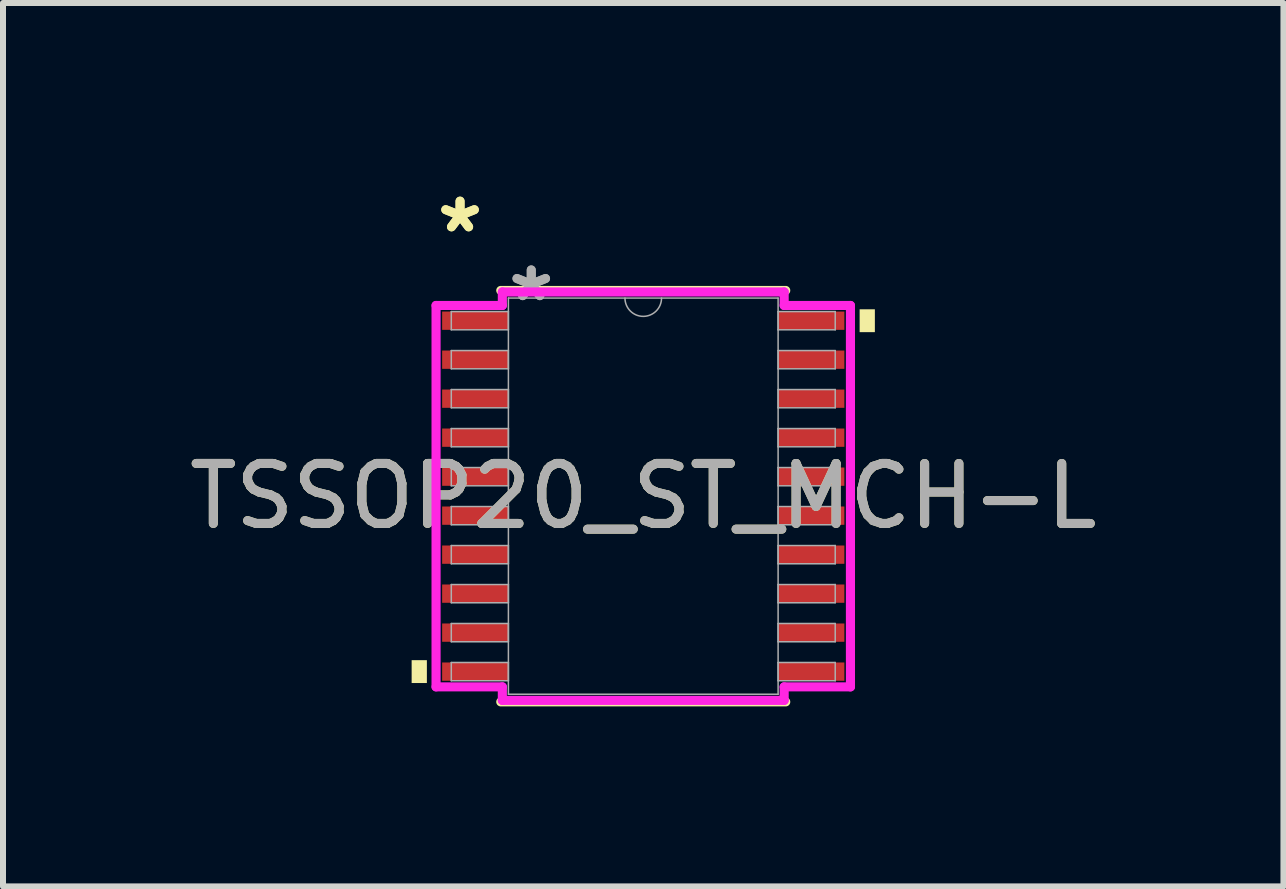
<source format=kicad_pcb>
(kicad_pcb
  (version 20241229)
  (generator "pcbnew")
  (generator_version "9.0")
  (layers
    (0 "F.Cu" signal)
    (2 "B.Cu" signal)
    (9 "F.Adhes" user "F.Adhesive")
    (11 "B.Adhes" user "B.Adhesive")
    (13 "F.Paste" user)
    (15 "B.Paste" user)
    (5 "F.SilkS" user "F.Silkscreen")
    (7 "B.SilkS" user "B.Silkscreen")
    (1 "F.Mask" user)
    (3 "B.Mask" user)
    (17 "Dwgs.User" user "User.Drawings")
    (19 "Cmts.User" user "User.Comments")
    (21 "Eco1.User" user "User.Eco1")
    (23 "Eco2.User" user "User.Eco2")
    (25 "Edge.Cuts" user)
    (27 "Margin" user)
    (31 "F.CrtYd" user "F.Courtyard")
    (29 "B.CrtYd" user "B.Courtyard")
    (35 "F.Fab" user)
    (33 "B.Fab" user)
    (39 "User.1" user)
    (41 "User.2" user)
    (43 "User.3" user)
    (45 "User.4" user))
  (footprint "TSSOP20_ST_MCH-L"
    (layer "F.Cu")
    (at 7.673 5.221)
    (property "Reference" "TSSOP20_ST_MCH-L" (at 0 0 0) (unlocked yes) (layer "F.SilkS") (effects (font (size 1 1) (thickness 0.15))))
    (attr smd)
    (fp_line (start -2.375 3.429) (end 2.375 3.429) (stroke (width 0.152) (type solid)) (layer "F.SilkS"))
    (fp_line (start 2.375 -3.429) (end -2.375 -3.429) (stroke (width 0.152) (type solid)) (layer "F.SilkS"))
    (fp_poly (pts (xy -3.861 2.734) (xy -3.861 3.115) (xy -3.607 3.115) (xy -3.607 2.734)) (stroke (width 0) (type solid)) (fill yes) (layer "F.SilkS"))
    (fp_poly (pts (xy 3.861 -3.115) (xy 3.861 -2.734) (xy 3.607 -2.734) (xy 3.607 -3.115)) (stroke (width 0) (type solid)) (fill yes) (layer "F.SilkS"))
    (fp_line (start -3.454 -3.179) (end -2.349 -3.179) (stroke (width 0.152) (type solid)) (layer "F.CrtYd"))
    (fp_line (start -3.454 3.179) (end -3.454 -3.179) (stroke (width 0.152) (type solid)) (layer "F.CrtYd"))
    (fp_line (start -3.454 3.179) (end -2.349 3.179) (stroke (width 0.152) (type solid)) (layer "F.CrtYd"))
    (fp_line (start -2.349 -3.404) (end 2.349 -3.404) (stroke (width 0.152) (type solid)) (layer "F.CrtYd"))
    (fp_line (start -2.349 -3.179) (end -2.349 -3.404) (stroke (width 0.152) (type solid)) (layer "F.CrtYd"))
    (fp_line (start -2.349 3.404) (end -2.349 3.179) (stroke (width 0.152) (type solid)) (layer "F.CrtYd"))
    (fp_line (start 2.349 -3.404) (end 2.349 -3.179) (stroke (width 0.152) (type solid)) (layer "F.CrtYd"))
    (fp_line (start 2.349 3.179) (end 2.349 3.404) (stroke (width 0.152) (type solid)) (layer "F.CrtYd"))
    (fp_line (start 2.349 3.404) (end -2.349 3.404) (stroke (width 0.152) (type solid)) (layer "F.CrtYd"))
    (fp_line (start 3.454 -3.179) (end 2.349 -3.179) (stroke (width 0.152) (type solid)) (layer "F.CrtYd"))
    (fp_line (start 3.454 -3.179) (end 3.454 3.179) (stroke (width 0.152) (type solid)) (layer "F.CrtYd"))
    (fp_line (start 3.454 3.179) (end 2.349 3.179) (stroke (width 0.152) (type solid)) (layer "F.CrtYd"))
    (fp_line (start -3.2 -3.077) (end -3.2 -2.773) (stroke (width 0.025) (type solid)) (layer "F.Fab"))
    (fp_line (start -3.2 -2.773) (end -2.248 -2.773) (stroke (width 0.025) (type solid)) (layer "F.Fab"))
    (fp_line (start -3.2 -2.427) (end -3.2 -2.123) (stroke (width 0.025) (type solid)) (layer "F.Fab"))
    (fp_line (start -3.2 -2.123) (end -2.248 -2.123) (stroke (width 0.025) (type solid)) (layer "F.Fab"))
    (fp_line (start -3.2 -1.777) (end -3.2 -1.473) (stroke (width 0.025) (type solid)) (layer "F.Fab"))
    (fp_line (start -3.2 -1.473) (end -2.248 -1.473) (stroke (width 0.025) (type solid)) (layer "F.Fab"))
    (fp_line (start -3.2 -1.127) (end -3.2 -0.823) (stroke (width 0.025) (type solid)) (layer "F.Fab"))
    (fp_line (start -3.2 -0.823) (end -2.248 -0.823) (stroke (width 0.025) (type solid)) (layer "F.Fab"))
    (fp_line (start -3.2 -0.477) (end -3.2 -0.173) (stroke (width 0.025) (type solid)) (layer "F.Fab"))
    (fp_line (start -3.2 -0.173) (end -2.248 -0.173) (stroke (width 0.025) (type solid)) (layer "F.Fab"))
    (fp_line (start -3.2 0.173) (end -3.2 0.477) (stroke (width 0.025) (type solid)) (layer "F.Fab"))
    (fp_line (start -3.2 0.477) (end -2.248 0.477) (stroke (width 0.025) (type solid)) (layer "F.Fab"))
    (fp_line (start -3.2 0.823) (end -3.2 1.127) (stroke (width 0.025) (type solid)) (layer "F.Fab"))
    (fp_line (start -3.2 1.127) (end -2.248 1.127) (stroke (width 0.025) (type solid)) (layer "F.Fab"))
    (fp_line (start -3.2 1.473) (end -3.2 1.777) (stroke (width 0.025) (type solid)) (layer "F.Fab"))
    (fp_line (start -3.2 1.777) (end -2.248 1.777) (stroke (width 0.025) (type solid)) (layer "F.Fab"))
    (fp_line (start -3.2 2.123) (end -3.2 2.427) (stroke (width 0.025) (type solid)) (layer "F.Fab"))
    (fp_line (start -3.2 2.427) (end -2.248 2.427) (stroke (width 0.025) (type solid)) (layer "F.Fab"))
    (fp_line (start -3.2 2.773) (end -3.2 3.077) (stroke (width 0.025) (type solid)) (layer "F.Fab"))
    (fp_line (start -3.2 3.077) (end -2.248 3.077) (stroke (width 0.025) (type solid)) (layer "F.Fab"))
    (fp_line (start -2.248 -3.302) (end -2.248 3.302) (stroke (width 0.025) (type solid)) (layer "F.Fab"))
    (fp_line (start -2.248 -3.077) (end -3.2 -3.077) (stroke (width 0.025) (type solid)) (layer "F.Fab"))
    (fp_line (start -2.248 -2.773) (end -2.248 -3.077) (stroke (width 0.025) (type solid)) (layer "F.Fab"))
    (fp_line (start -2.248 -2.427) (end -3.2 -2.427) (stroke (width 0.025) (type solid)) (layer "F.Fab"))
    (fp_line (start -2.248 -2.123) (end -2.248 -2.427) (stroke (width 0.025) (type solid)) (layer "F.Fab"))
    (fp_line (start -2.248 -1.777) (end -3.2 -1.777) (stroke (width 0.025) (type solid)) (layer "F.Fab"))
    (fp_line (start -2.248 -1.473) (end -2.248 -1.777) (stroke (width 0.025) (type solid)) (layer "F.Fab"))
    (fp_line (start -2.248 -1.127) (end -3.2 -1.127) (stroke (width 0.025) (type solid)) (layer "F.Fab"))
    (fp_line (start -2.248 -0.823) (end -2.248 -1.127) (stroke (width 0.025) (type solid)) (layer "F.Fab"))
    (fp_line (start -2.248 -0.477) (end -3.2 -0.477) (stroke (width 0.025) (type solid)) (layer "F.Fab"))
    (fp_line (start -2.248 -0.173) (end -2.248 -0.477) (stroke (width 0.025) (type solid)) (layer "F.Fab"))
    (fp_line (start -2.248 0.173) (end -3.2 0.173) (stroke (width 0.025) (type solid)) (layer "F.Fab"))
    (fp_line (start -2.248 0.477) (end -2.248 0.173) (stroke (width 0.025) (type solid)) (layer "F.Fab"))
    (fp_line (start -2.248 0.823) (end -3.2 0.823) (stroke (width 0.025) (type solid)) (layer "F.Fab"))
    (fp_line (start -2.248 1.127) (end -2.248 0.823) (stroke (width 0.025) (type solid)) (layer "F.Fab"))
    (fp_line (start -2.248 1.473) (end -3.2 1.473) (stroke (width 0.025) (type solid)) (layer "F.Fab"))
    (fp_line (start -2.248 1.777) (end -2.248 1.473) (stroke (width 0.025) (type solid)) (layer "F.Fab"))
    (fp_line (start -2.248 2.123) (end -3.2 2.123) (stroke (width 0.025) (type solid)) (layer "F.Fab"))
    (fp_line (start -2.248 2.427) (end -2.248 2.123) (stroke (width 0.025) (type solid)) (layer "F.Fab"))
    (fp_line (start -2.248 2.773) (end -3.2 2.773) (stroke (width 0.025) (type solid)) (layer "F.Fab"))
    (fp_line (start -2.248 3.077) (end -2.248 2.773) (stroke (width 0.025) (type solid)) (layer "F.Fab"))
    (fp_line (start -2.248 3.302) (end 2.248 3.302) (stroke (width 0.025) (type solid)) (layer "F.Fab"))
    (fp_line (start 2.248 -3.302) (end -2.248 -3.302) (stroke (width 0.025) (type solid)) (layer "F.Fab"))
    (fp_line (start 2.248 -3.077) (end 2.248 -2.773) (stroke (width 0.025) (type solid)) (layer "F.Fab"))
    (fp_line (start 2.248 -2.773) (end 3.2 -2.773) (stroke (width 0.025) (type solid)) (layer "F.Fab"))
    (fp_line (start 2.248 -2.427) (end 2.248 -2.123) (stroke (width 0.025) (type solid)) (layer "F.Fab"))
    (fp_line (start 2.248 -2.123) (end 3.2 -2.123) (stroke (width 0.025) (type solid)) (layer "F.Fab"))
    (fp_line (start 2.248 -1.777) (end 2.248 -1.473) (stroke (width 0.025) (type solid)) (layer "F.Fab"))
    (fp_line (start 2.248 -1.473) (end 3.2 -1.473) (stroke (width 0.025) (type solid)) (layer "F.Fab"))
    (fp_line (start 2.248 -1.127) (end 2.248 -0.823) (stroke (width 0.025) (type solid)) (layer "F.Fab"))
    (fp_line (start 2.248 -0.823) (end 3.2 -0.823) (stroke (width 0.025) (type solid)) (layer "F.Fab"))
    (fp_line (start 2.248 -0.477) (end 2.248 -0.173) (stroke (width 0.025) (type solid)) (layer "F.Fab"))
    (fp_line (start 2.248 -0.173) (end 3.2 -0.173) (stroke (width 0.025) (type solid)) (layer "F.Fab"))
    (fp_line (start 2.248 0.173) (end 2.248 0.477) (stroke (width 0.025) (type solid)) (layer "F.Fab"))
    (fp_line (start 2.248 0.477) (end 3.2 0.477) (stroke (width 0.025) (type solid)) (layer "F.Fab"))
    (fp_line (start 2.248 0.823) (end 2.248 1.127) (stroke (width 0.025) (type solid)) (layer "F.Fab"))
    (fp_line (start 2.248 1.127) (end 3.2 1.127) (stroke (width 0.025) (type solid)) (layer "F.Fab"))
    (fp_line (start 2.248 1.473) (end 2.248 1.777) (stroke (width 0.025) (type solid)) (layer "F.Fab"))
    (fp_line (start 2.248 1.777) (end 3.2 1.777) (stroke (width 0.025) (type solid)) (layer "F.Fab"))
    (fp_line (start 2.248 2.123) (end 2.248 2.427) (stroke (width 0.025) (type solid)) (layer "F.Fab"))
    (fp_line (start 2.248 2.427) (end 3.2 2.427) (stroke (width 0.025) (type solid)) (layer "F.Fab"))
    (fp_line (start 2.248 2.773) (end 2.248 3.077) (stroke (width 0.025) (type solid)) (layer "F.Fab"))
    (fp_line (start 2.248 3.077) (end 3.2 3.077) (stroke (width 0.025) (type solid)) (layer "F.Fab"))
    (fp_line (start 2.248 3.302) (end 2.248 -3.302) (stroke (width 0.025) (type solid)) (layer "F.Fab"))
    (fp_line (start 3.2 -3.077) (end 2.248 -3.077) (stroke (width 0.025) (type solid)) (layer "F.Fab"))
    (fp_line (start 3.2 -2.773) (end 3.2 -3.077) (stroke (width 0.025) (type solid)) (layer "F.Fab"))
    (fp_line (start 3.2 -2.427) (end 2.248 -2.427) (stroke (width 0.025) (type solid)) (layer "F.Fab"))
    (fp_line (start 3.2 -2.123) (end 3.2 -2.427) (stroke (width 0.025) (type solid)) (layer "F.Fab"))
    (fp_line (start 3.2 -1.777) (end 2.248 -1.777) (stroke (width 0.025) (type solid)) (layer "F.Fab"))
    (fp_line (start 3.2 -1.473) (end 3.2 -1.777) (stroke (width 0.025) (type solid)) (layer "F.Fab"))
    (fp_line (start 3.2 -1.127) (end 2.248 -1.127) (stroke (width 0.025) (type solid)) (layer "F.Fab"))
    (fp_line (start 3.2 -0.823) (end 3.2 -1.127) (stroke (width 0.025) (type solid)) (layer "F.Fab"))
    (fp_line (start 3.2 -0.477) (end 2.248 -0.477) (stroke (width 0.025) (type solid)) (layer "F.Fab"))
    (fp_line (start 3.2 -0.173) (end 3.2 -0.477) (stroke (width 0.025) (type solid)) (layer "F.Fab"))
    (fp_line (start 3.2 0.173) (end 2.248 0.173) (stroke (width 0.025) (type solid)) (layer "F.Fab"))
    (fp_line (start 3.2 0.477) (end 3.2 0.173) (stroke (width 0.025) (type solid)) (layer "F.Fab"))
    (fp_line (start 3.2 0.823) (end 2.248 0.823) (stroke (width 0.025) (type solid)) (layer "F.Fab"))
    (fp_line (start 3.2 1.127) (end 3.2 0.823) (stroke (width 0.025) (type solid)) (layer "F.Fab"))
    (fp_line (start 3.2 1.473) (end 2.248 1.473) (stroke (width 0.025) (type solid)) (layer "F.Fab"))
    (fp_line (start 3.2 1.777) (end 3.2 1.473) (stroke (width 0.025) (type solid)) (layer "F.Fab"))
    (fp_line (start 3.2 2.123) (end 2.248 2.123) (stroke (width 0.025) (type solid)) (layer "F.Fab"))
    (fp_line (start 3.2 2.427) (end 3.2 2.123) (stroke (width 0.025) (type solid)) (layer "F.Fab"))
    (fp_line (start 3.2 2.773) (end 2.248 2.773) (stroke (width 0.025) (type solid)) (layer "F.Fab"))
    (fp_line (start 3.2 3.077) (end 3.2 2.773) (stroke (width 0.025) (type solid)) (layer "F.Fab"))
    (fp_arc (start 0.3048 -3.302) (mid 0 -2.9972) (end -0.3048 -3.302) (stroke (width 0.0254) (type solid)) (layer "F.Fab"))
    (fp_text user "*" (at -3.054 -4.373 0) (unlocked yes) (layer "F.SilkS") (effects (font (size 1 1) (thickness 0.15))))
    (fp_text user "*" (at -3.054 -4.373 0) (layer "F.SilkS") (effects (font (size 1 1) (thickness 0.15))))
    (fp_text user "*" (at -1.867 -3.226 0) (unlocked yes) (layer "F.Fab") (effects (font (size 1 1) (thickness 0.15))))
    (fp_text user "*" (at -1.867 -3.226 0) (layer "F.Fab") (effects (font (size 1 1) (thickness 0.15))))
    (fp_text user "${REFERENCE}" (at 0 0 0) (unlocked yes) (layer "F.Fab") (effects (font (size 1 1) (thickness 0.15))))
    (pad "1" smd rect (at -2.8 -2.925) (size 1.105 0.305) (layers "F.Cu" "F.Mask" "F.Paste"))
    (pad "2" smd rect (at -2.8 -2.275) (size 1.105 0.305) (layers "F.Cu" "F.Mask" "F.Paste"))
    (pad "3" smd rect (at -2.8 -1.625) (size 1.105 0.305) (layers "F.Cu" "F.Mask" "F.Paste"))
    (pad "4" smd rect (at -2.8 -0.975) (size 1.105 0.305) (layers "F.Cu" "F.Mask" "F.Paste"))
    (pad "5" smd rect (at -2.8 -0.325) (size 1.105 0.305) (layers "F.Cu" "F.Mask" "F.Paste"))
    (pad "6" smd rect (at -2.8 0.325) (size 1.105 0.305) (layers "F.Cu" "F.Mask" "F.Paste"))
    (pad "7" smd rect (at -2.8 0.975) (size 1.105 0.305) (layers "F.Cu" "F.Mask" "F.Paste"))
    (pad "8" smd rect (at -2.8 1.625) (size 1.105 0.305) (layers "F.Cu" "F.Mask" "F.Paste"))
    (pad "9" smd rect (at -2.8 2.275) (size 1.105 0.305) (layers "F.Cu" "F.Mask" "F.Paste"))
    (pad "10" smd rect (at -2.8 2.925) (size 1.105 0.305) (layers "F.Cu" "F.Mask" "F.Paste"))
    (pad "11" smd rect (at 2.8 2.925) (size 1.105 0.305) (layers "F.Cu" "F.Mask" "F.Paste"))
    (pad "12" smd rect (at 2.8 2.275) (size 1.105 0.305) (layers "F.Cu" "F.Mask" "F.Paste"))
    (pad "13" smd rect (at 2.8 1.625) (size 1.105 0.305) (layers "F.Cu" "F.Mask" "F.Paste"))
    (pad "14" smd rect (at 2.8 0.975) (size 1.105 0.305) (layers "F.Cu" "F.Mask" "F.Paste"))
    (pad "15" smd rect (at 2.8 0.325) (size 1.105 0.305) (layers "F.Cu" "F.Mask" "F.Paste"))
    (pad "16" smd rect (at 2.8 -0.325) (size 1.105 0.305) (layers "F.Cu" "F.Mask" "F.Paste"))
    (pad "17" smd rect (at 2.8 -0.975) (size 1.105 0.305) (layers "F.Cu" "F.Mask" "F.Paste"))
    (pad "18" smd rect (at 2.8 -1.625) (size 1.105 0.305) (layers "F.Cu" "F.Mask" "F.Paste"))
    (pad "19" smd rect (at 2.8 -2.275) (size 1.105 0.305) (layers "F.Cu" "F.Mask" "F.Paste"))
    (pad "20" smd rect (at 2.8 -2.925) (size 1.105 0.305) (layers "F.Cu" "F.Mask" "F.Paste")))
  (gr_rect
    (start -3 -3)
    (end 18.345 11.726)
    (stroke (width 0.1) (type default))
    (fill no)
    (layer "Edge.Cuts")))
</source>
